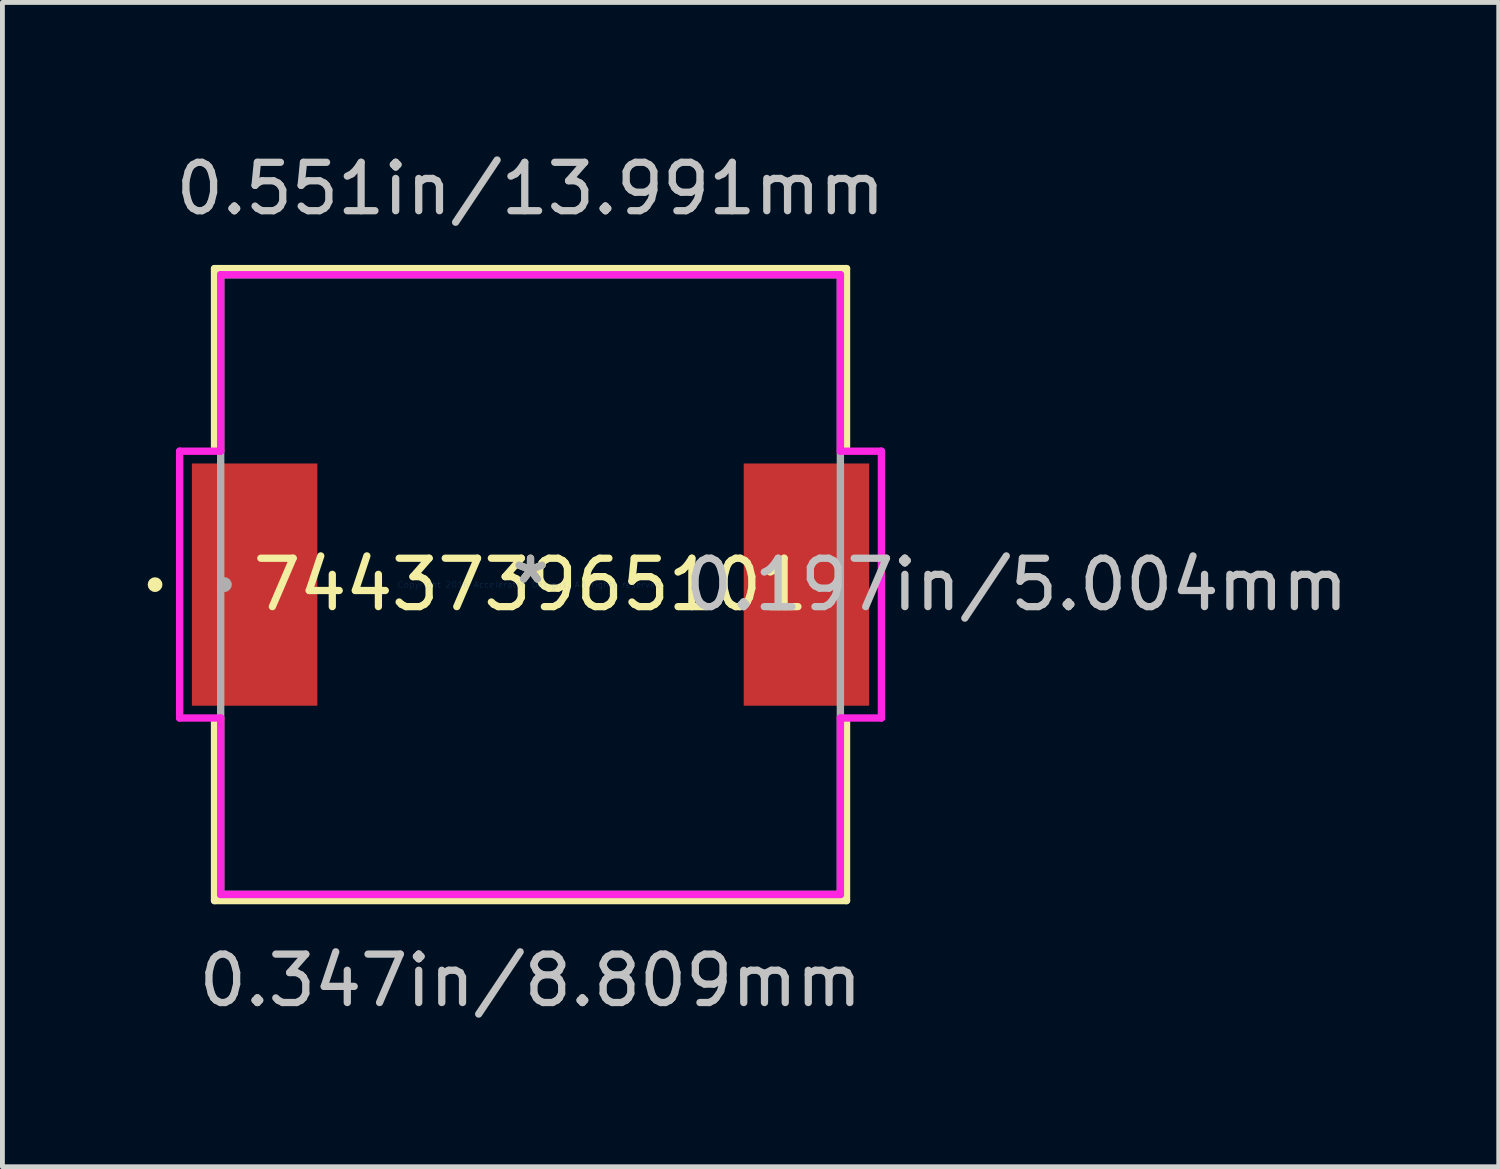
<source format=kicad_pcb>
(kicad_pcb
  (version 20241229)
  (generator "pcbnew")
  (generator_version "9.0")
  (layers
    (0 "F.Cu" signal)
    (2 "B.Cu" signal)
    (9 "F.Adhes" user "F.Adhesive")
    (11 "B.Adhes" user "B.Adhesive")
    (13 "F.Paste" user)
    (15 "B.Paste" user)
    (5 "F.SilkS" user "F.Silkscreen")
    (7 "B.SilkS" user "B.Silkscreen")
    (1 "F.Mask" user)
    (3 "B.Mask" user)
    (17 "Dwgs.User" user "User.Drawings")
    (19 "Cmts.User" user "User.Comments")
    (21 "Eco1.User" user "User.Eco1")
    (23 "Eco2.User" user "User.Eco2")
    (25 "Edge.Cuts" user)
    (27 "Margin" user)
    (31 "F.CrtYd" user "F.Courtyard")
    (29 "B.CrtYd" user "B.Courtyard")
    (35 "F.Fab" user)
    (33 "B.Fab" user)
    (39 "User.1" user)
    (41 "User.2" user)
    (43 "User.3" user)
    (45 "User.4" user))
  (footprint "744373965101"
    (layer "F.Cu")
    (at 7.91 9.027)
    (property "Reference" "744373965101" (at 0 0 0) (layer "F.SilkS") (effects (font (size 1 1) (thickness 0.15))))
    (attr through_hole)
    (fp_line (start -6.528 -6.528) (end -6.528 -2.835) (stroke (width 0.152) (type solid)) (layer "F.SilkS"))
    (fp_line (start -6.528 2.835) (end -6.528 6.528) (stroke (width 0.152) (type solid)) (layer "F.SilkS"))
    (fp_line (start -6.528 6.528) (end 6.528 6.528) (stroke (width 0.152) (type solid)) (layer "F.SilkS"))
    (fp_line (start 6.528 -6.528) (end -6.528 -6.528) (stroke (width 0.152) (type solid)) (layer "F.SilkS"))
    (fp_line (start 6.528 -2.835) (end 6.528 -6.528) (stroke (width 0.152) (type solid)) (layer "F.SilkS"))
    (fp_line (start 6.528 6.528) (end 6.528 2.835) (stroke (width 0.152) (type solid)) (layer "F.SilkS"))
    (fp_circle (center -7.757 0) (end -7.681 0) (stroke (width 0.152) (type solid)) (fill no) (layer "F.SilkS"))
    (fp_line (start -7.249 -2.756) (end -6.401 -2.756) (stroke (width 0.152) (type solid)) (layer "F.CrtYd"))
    (fp_line (start -7.249 2.756) (end -7.249 -2.756) (stroke (width 0.152) (type solid)) (layer "F.CrtYd"))
    (fp_line (start -6.401 -6.401) (end 6.401 -6.401) (stroke (width 0.152) (type solid)) (layer "F.CrtYd"))
    (fp_line (start -6.401 -2.756) (end -6.401 -6.401) (stroke (width 0.152) (type solid)) (layer "F.CrtYd"))
    (fp_line (start -6.401 2.756) (end -7.249 2.756) (stroke (width 0.152) (type solid)) (layer "F.CrtYd"))
    (fp_line (start -6.401 6.401) (end -6.401 2.756) (stroke (width 0.152) (type solid)) (layer "F.CrtYd"))
    (fp_line (start 6.401 -6.401) (end 6.401 -2.756) (stroke (width 0.152) (type solid)) (layer "F.CrtYd"))
    (fp_line (start 6.401 -2.756) (end 7.249 -2.756) (stroke (width 0.152) (type solid)) (layer "F.CrtYd"))
    (fp_line (start 6.401 2.756) (end 6.401 6.401) (stroke (width 0.152) (type solid)) (layer "F.CrtYd"))
    (fp_line (start 6.401 6.401) (end -6.401 6.401) (stroke (width 0.152) (type solid)) (layer "F.CrtYd"))
    (fp_line (start 7.249 -2.756) (end 7.249 2.756) (stroke (width 0.152) (type solid)) (layer "F.CrtYd"))
    (fp_line (start 7.249 2.756) (end 6.401 2.756) (stroke (width 0.152) (type solid)) (layer "F.CrtYd"))
    (fp_line (start -6.401 -6.401) (end -6.401 6.401) (stroke (width 0.152) (type solid)) (layer "F.Fab"))
    (fp_line (start -6.401 6.401) (end 6.401 6.401) (stroke (width 0.152) (type solid)) (layer "F.Fab"))
    (fp_line (start 6.401 -6.401) (end -6.401 -6.401) (stroke (width 0.152) (type solid)) (layer "F.Fab"))
    (fp_line (start 6.401 6.401) (end 6.401 -6.401) (stroke (width 0.152) (type solid)) (layer "F.Fab"))
    (fp_circle (center -6.325 0) (end -6.248 0) (stroke (width 0.152) (type solid)) (fill no) (layer "F.Fab"))
    (fp_text user "*" (at 0 0 0) (layer "F.SilkS") (effects (font (size 1 1) (thickness 0.15))))
    (fp_text user "0.197in/5.004mm" (at 10.043 0 0) (layer "Dwgs.User") (effects (font (size 1 1) (thickness 0.15))))
    (fp_text user "0.347in/8.809mm" (at 0 8.179 0) (layer "Dwgs.User") (effects (font (size 1 1) (thickness 0.15))))
    (fp_text user "0.551in/13.991mm" (at 0 -8.179 0) (layer "Dwgs.User") (effects (font (size 1 1) (thickness 0.15))))
    (fp_text user "Copyright 2016 Accelerated Designs. All rights reserved." (at 0 0 0) (layer "Cmts.User") (effects (font (size 0.127 0.127) (thickness 0.002))))
    (fp_text user "*" (at 0 0 0) (layer "F.Fab") (effects (font (size 1 1) (thickness 0.15))))
    (pad "1" smd rect (at -5.7 0) (size 2.591 5.004) (layers "F.Cu" "F.Mask" "F.Paste"))
    (pad "2" smd rect (at 5.7 0) (size 2.591 5.004) (layers "F.Cu" "F.Mask" "F.Paste")))
  (gr_rect
    (start -3 -3)
    (end 27.912 21.054)
    (stroke (width 0.1) (type default))
    (fill no)
    (layer "Edge.Cuts")))
</source>
